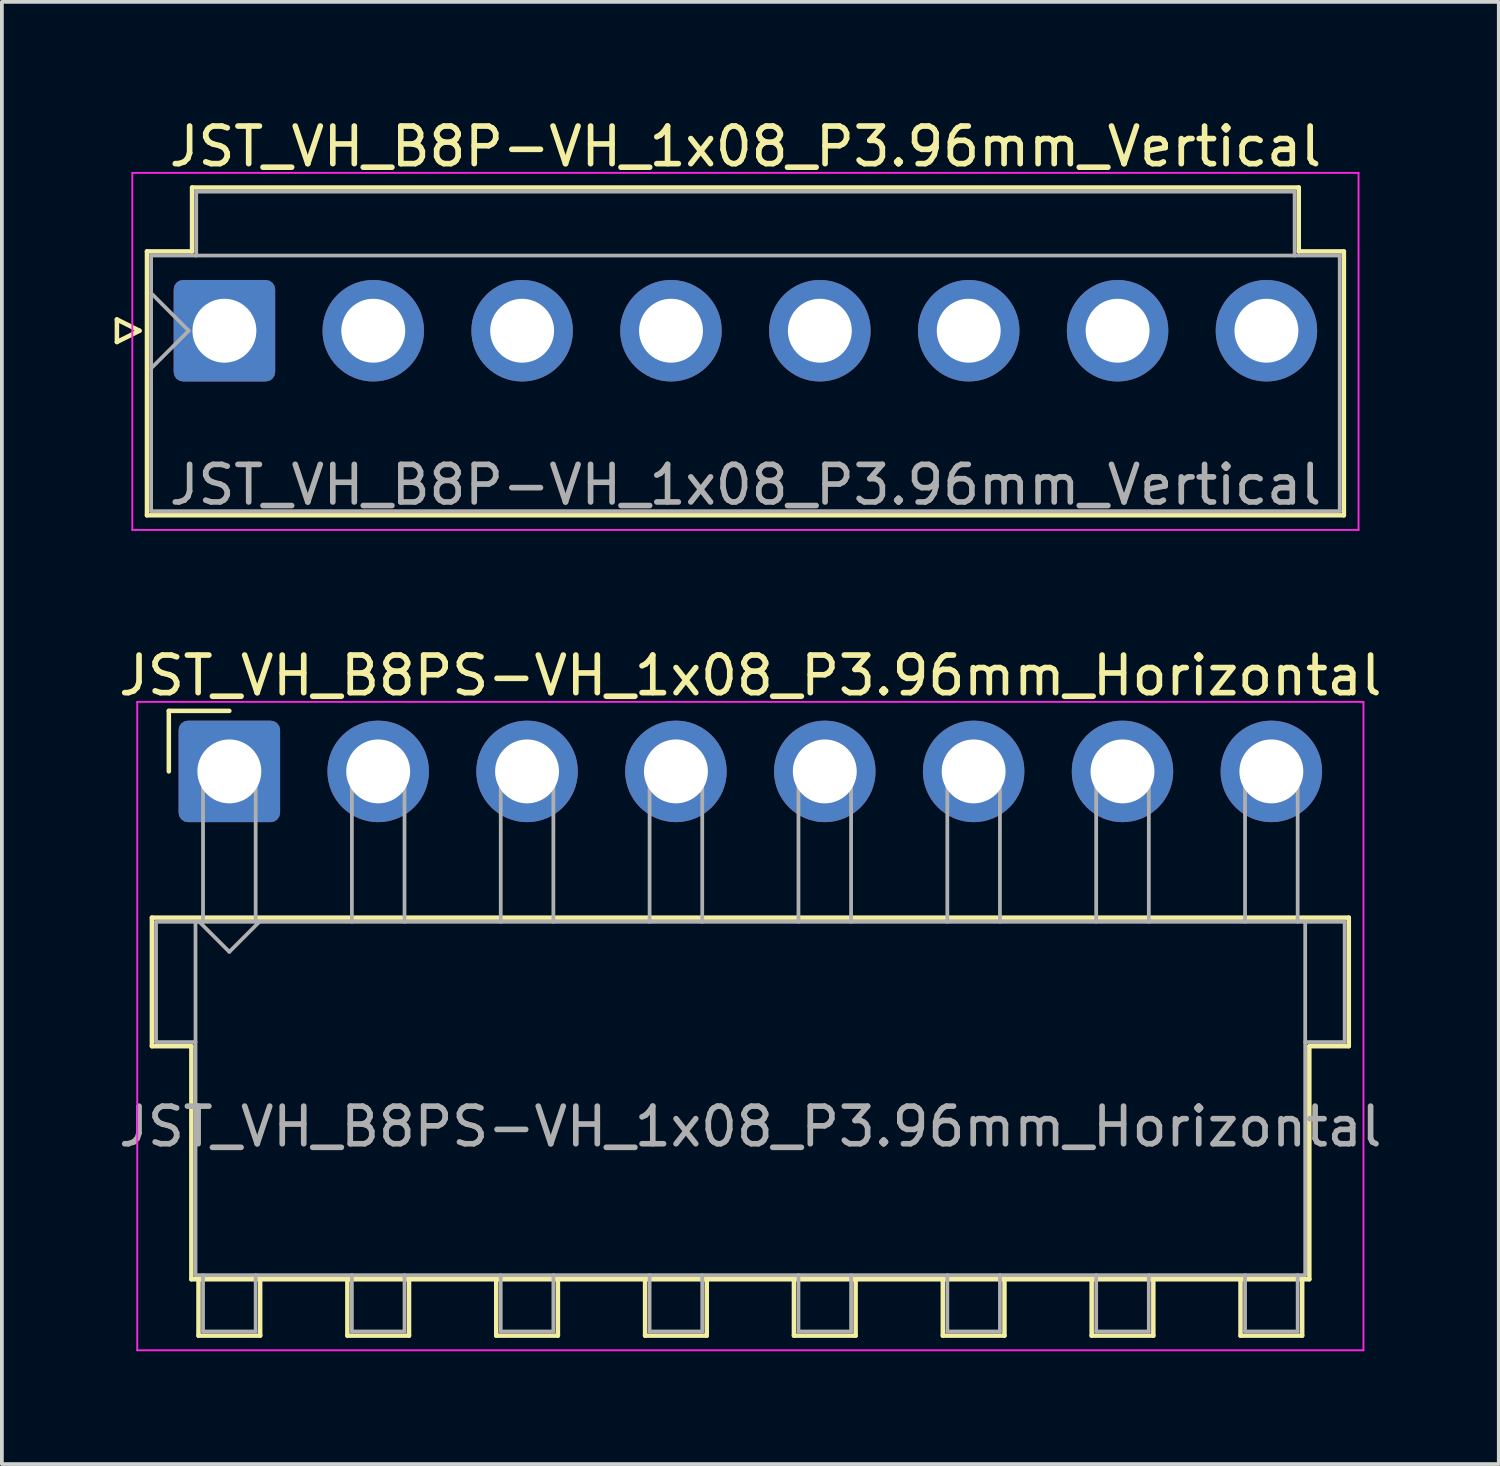
<source format=kicad_pcb>
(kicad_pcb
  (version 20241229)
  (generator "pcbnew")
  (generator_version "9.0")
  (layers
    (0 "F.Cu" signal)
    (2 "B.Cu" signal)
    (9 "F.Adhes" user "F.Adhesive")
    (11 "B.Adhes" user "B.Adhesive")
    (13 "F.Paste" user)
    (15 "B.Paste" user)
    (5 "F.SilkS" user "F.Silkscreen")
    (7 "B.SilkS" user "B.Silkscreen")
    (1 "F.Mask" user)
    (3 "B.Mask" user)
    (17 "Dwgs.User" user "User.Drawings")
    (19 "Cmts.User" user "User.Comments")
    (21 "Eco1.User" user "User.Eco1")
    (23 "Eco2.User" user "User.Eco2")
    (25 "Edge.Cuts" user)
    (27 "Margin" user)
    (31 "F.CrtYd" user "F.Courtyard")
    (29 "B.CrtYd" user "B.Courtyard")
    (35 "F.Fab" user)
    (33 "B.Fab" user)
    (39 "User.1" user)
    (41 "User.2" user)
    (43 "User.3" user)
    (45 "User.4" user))
  (footprint "JST_VH_B8PS-VH_1x08_P3.96mm_Horizontal"
    (layer "F.Cu")
    (at 3.051 17.471)
    (property "Reference" "JST_VH_B8PS-VH_1x08_P3.96mm_Horizontal" (at 13.86 -2.55 0) (layer "F.SilkS") (effects (font (size 1 1) (thickness 0.15))))
    (attr through_hole)
    (fp_line (start -2.06 3.89) (end 29.78 3.89) (stroke (width 0.12) (type solid)) (layer "F.SilkS"))
    (fp_line (start -2.06 7.31) (end -2.06 3.89) (stroke (width 0.12) (type solid)) (layer "F.SilkS"))
    (fp_line (start -1.61 -1.61) (end -1.61 0) (stroke (width 0.12) (type solid)) (layer "F.SilkS"))
    (fp_line (start -1.01 7.31) (end -2.06 7.31) (stroke (width 0.12) (type solid)) (layer "F.SilkS"))
    (fp_line (start -1.01 13.51) (end -1.01 7.31) (stroke (width 0.12) (type solid)) (layer "F.SilkS"))
    (fp_line (start -0.82 13.51) (end -0.82 15.01) (stroke (width 0.12) (type solid)) (layer "F.SilkS"))
    (fp_line (start -0.82 15.01) (end 0.82 15.01) (stroke (width 0.12) (type solid)) (layer "F.SilkS"))
    (fp_line (start 0 -1.61) (end -1.61 -1.61) (stroke (width 0.12) (type solid)) (layer "F.SilkS"))
    (fp_line (start 0.82 15.01) (end 0.82 13.51) (stroke (width 0.12) (type solid)) (layer "F.SilkS"))
    (fp_line (start 3.14 13.51) (end 3.14 15.01) (stroke (width 0.12) (type solid)) (layer "F.SilkS"))
    (fp_line (start 3.14 15.01) (end 4.78 15.01) (stroke (width 0.12) (type solid)) (layer "F.SilkS"))
    (fp_line (start 4.78 15.01) (end 4.78 13.51) (stroke (width 0.12) (type solid)) (layer "F.SilkS"))
    (fp_line (start 7.1 13.51) (end 7.1 15.01) (stroke (width 0.12) (type solid)) (layer "F.SilkS"))
    (fp_line (start 7.1 15.01) (end 8.74 15.01) (stroke (width 0.12) (type solid)) (layer "F.SilkS"))
    (fp_line (start 8.74 15.01) (end 8.74 13.51) (stroke (width 0.12) (type solid)) (layer "F.SilkS"))
    (fp_line (start 11.06 13.51) (end 11.06 15.01) (stroke (width 0.12) (type solid)) (layer "F.SilkS"))
    (fp_line (start 11.06 15.01) (end 12.7 15.01) (stroke (width 0.12) (type solid)) (layer "F.SilkS"))
    (fp_line (start 12.7 15.01) (end 12.7 13.51) (stroke (width 0.12) (type solid)) (layer "F.SilkS"))
    (fp_line (start 15.02 13.51) (end 15.02 15.01) (stroke (width 0.12) (type solid)) (layer "F.SilkS"))
    (fp_line (start 15.02 15.01) (end 16.66 15.01) (stroke (width 0.12) (type solid)) (layer "F.SilkS"))
    (fp_line (start 16.66 15.01) (end 16.66 13.51) (stroke (width 0.12) (type solid)) (layer "F.SilkS"))
    (fp_line (start 18.98 13.51) (end 18.98 15.01) (stroke (width 0.12) (type solid)) (layer "F.SilkS"))
    (fp_line (start 18.98 15.01) (end 20.62 15.01) (stroke (width 0.12) (type solid)) (layer "F.SilkS"))
    (fp_line (start 20.62 15.01) (end 20.62 13.51) (stroke (width 0.12) (type solid)) (layer "F.SilkS"))
    (fp_line (start 22.94 13.51) (end 22.94 15.01) (stroke (width 0.12) (type solid)) (layer "F.SilkS"))
    (fp_line (start 22.94 15.01) (end 24.58 15.01) (stroke (width 0.12) (type solid)) (layer "F.SilkS"))
    (fp_line (start 24.58 15.01) (end 24.58 13.51) (stroke (width 0.12) (type solid)) (layer "F.SilkS"))
    (fp_line (start 26.9 13.51) (end 26.9 15.01) (stroke (width 0.12) (type solid)) (layer "F.SilkS"))
    (fp_line (start 26.9 15.01) (end 28.54 15.01) (stroke (width 0.12) (type solid)) (layer "F.SilkS"))
    (fp_line (start 28.54 15.01) (end 28.54 13.51) (stroke (width 0.12) (type solid)) (layer "F.SilkS"))
    (fp_line (start 28.73 7.31) (end 28.73 13.51) (stroke (width 0.12) (type solid)) (layer "F.SilkS"))
    (fp_line (start 28.73 13.51) (end -1.01 13.51) (stroke (width 0.12) (type solid)) (layer "F.SilkS"))
    (fp_line (start 29.78 3.89) (end 29.78 7.31) (stroke (width 0.12) (type solid)) (layer "F.SilkS"))
    (fp_line (start 29.78 7.31) (end 28.73 7.31) (stroke (width 0.12) (type solid)) (layer "F.SilkS"))
    (fp_line (start -2.45 -1.85) (end -2.45 15.4) (stroke (width 0.05) (type solid)) (layer "F.CrtYd"))
    (fp_line (start -2.45 15.4) (end 30.17 15.4) (stroke (width 0.05) (type solid)) (layer "F.CrtYd"))
    (fp_line (start 30.17 -1.85) (end -2.45 -1.85) (stroke (width 0.05) (type solid)) (layer "F.CrtYd"))
    (fp_line (start 30.17 15.4) (end 30.17 -1.85) (stroke (width 0.05) (type solid)) (layer "F.CrtYd"))
    (fp_line (start -1.95 4) (end -0.9 4) (stroke (width 0.1) (type solid)) (layer "F.Fab"))
    (fp_line (start -1.95 7.2) (end -1.95 4) (stroke (width 0.1) (type solid)) (layer "F.Fab"))
    (fp_line (start -0.9 4) (end -0.9 13.4) (stroke (width 0.1) (type solid)) (layer "F.Fab"))
    (fp_line (start -0.9 7.2) (end -1.95 7.2) (stroke (width 0.1) (type solid)) (layer "F.Fab"))
    (fp_line (start -0.9 13.4) (end 28.62 13.4) (stroke (width 0.1) (type solid)) (layer "F.Fab"))
    (fp_line (start -0.8 4) (end 0 4.8) (stroke (width 0.1) (type solid)) (layer "F.Fab"))
    (fp_line (start -0.7 0) (end 0.7 0) (stroke (width 0.1) (type solid)) (layer "F.Fab"))
    (fp_line (start -0.7 4) (end -0.7 0) (stroke (width 0.1) (type solid)) (layer "F.Fab"))
    (fp_line (start -0.7 13.4) (end -0.7 14.9) (stroke (width 0.1) (type solid)) (layer "F.Fab"))
    (fp_line (start -0.7 14.9) (end 0.7 14.9) (stroke (width 0.1) (type solid)) (layer "F.Fab"))
    (fp_line (start 0 4.8) (end 0.8 4) (stroke (width 0.1) (type solid)) (layer "F.Fab"))
    (fp_line (start 0.7 0) (end 0.7 4) (stroke (width 0.1) (type solid)) (layer "F.Fab"))
    (fp_line (start 0.7 14.9) (end 0.7 13.4) (stroke (width 0.1) (type solid)) (layer "F.Fab"))
    (fp_line (start 3.26 0) (end 4.66 0) (stroke (width 0.1) (type solid)) (layer "F.Fab"))
    (fp_line (start 3.26 4) (end 3.26 0) (stroke (width 0.1) (type solid)) (layer "F.Fab"))
    (fp_line (start 3.26 13.4) (end 3.26 14.9) (stroke (width 0.1) (type solid)) (layer "F.Fab"))
    (fp_line (start 3.26 14.9) (end 4.66 14.9) (stroke (width 0.1) (type solid)) (layer "F.Fab"))
    (fp_line (start 4.66 0) (end 4.66 4) (stroke (width 0.1) (type solid)) (layer "F.Fab"))
    (fp_line (start 4.66 14.9) (end 4.66 13.4) (stroke (width 0.1) (type solid)) (layer "F.Fab"))
    (fp_line (start 7.22 0) (end 8.62 0) (stroke (width 0.1) (type solid)) (layer "F.Fab"))
    (fp_line (start 7.22 4) (end 7.22 0) (stroke (width 0.1) (type solid)) (layer "F.Fab"))
    (fp_line (start 7.22 13.4) (end 7.22 14.9) (stroke (width 0.1) (type solid)) (layer "F.Fab"))
    (fp_line (start 7.22 14.9) (end 8.62 14.9) (stroke (width 0.1) (type solid)) (layer "F.Fab"))
    (fp_line (start 8.62 0) (end 8.62 4) (stroke (width 0.1) (type solid)) (layer "F.Fab"))
    (fp_line (start 8.62 14.9) (end 8.62 13.4) (stroke (width 0.1) (type solid)) (layer "F.Fab"))
    (fp_line (start 11.18 0) (end 12.58 0) (stroke (width 0.1) (type solid)) (layer "F.Fab"))
    (fp_line (start 11.18 4) (end 11.18 0) (stroke (width 0.1) (type solid)) (layer "F.Fab"))
    (fp_line (start 11.18 13.4) (end 11.18 14.9) (stroke (width 0.1) (type solid)) (layer "F.Fab"))
    (fp_line (start 11.18 14.9) (end 12.58 14.9) (stroke (width 0.1) (type solid)) (layer "F.Fab"))
    (fp_line (start 12.58 0) (end 12.58 4) (stroke (width 0.1) (type solid)) (layer "F.Fab"))
    (fp_line (start 12.58 14.9) (end 12.58 13.4) (stroke (width 0.1) (type solid)) (layer "F.Fab"))
    (fp_line (start 15.14 0) (end 16.54 0) (stroke (width 0.1) (type solid)) (layer "F.Fab"))
    (fp_line (start 15.14 4) (end 15.14 0) (stroke (width 0.1) (type solid)) (layer "F.Fab"))
    (fp_line (start 15.14 13.4) (end 15.14 14.9) (stroke (width 0.1) (type solid)) (layer "F.Fab"))
    (fp_line (start 15.14 14.9) (end 16.54 14.9) (stroke (width 0.1) (type solid)) (layer "F.Fab"))
    (fp_line (start 16.54 0) (end 16.54 4) (stroke (width 0.1) (type solid)) (layer "F.Fab"))
    (fp_line (start 16.54 14.9) (end 16.54 13.4) (stroke (width 0.1) (type solid)) (layer "F.Fab"))
    (fp_line (start 19.1 0) (end 20.5 0) (stroke (width 0.1) (type solid)) (layer "F.Fab"))
    (fp_line (start 19.1 4) (end 19.1 0) (stroke (width 0.1) (type solid)) (layer "F.Fab"))
    (fp_line (start 19.1 13.4) (end 19.1 14.9) (stroke (width 0.1) (type solid)) (layer "F.Fab"))
    (fp_line (start 19.1 14.9) (end 20.5 14.9) (stroke (width 0.1) (type solid)) (layer "F.Fab"))
    (fp_line (start 20.5 0) (end 20.5 4) (stroke (width 0.1) (type solid)) (layer "F.Fab"))
    (fp_line (start 20.5 14.9) (end 20.5 13.4) (stroke (width 0.1) (type solid)) (layer "F.Fab"))
    (fp_line (start 23.06 0) (end 24.46 0) (stroke (width 0.1) (type solid)) (layer "F.Fab"))
    (fp_line (start 23.06 4) (end 23.06 0) (stroke (width 0.1) (type solid)) (layer "F.Fab"))
    (fp_line (start 23.06 13.4) (end 23.06 14.9) (stroke (width 0.1) (type solid)) (layer "F.Fab"))
    (fp_line (start 23.06 14.9) (end 24.46 14.9) (stroke (width 0.1) (type solid)) (layer "F.Fab"))
    (fp_line (start 24.46 0) (end 24.46 4) (stroke (width 0.1) (type solid)) (layer "F.Fab"))
    (fp_line (start 24.46 14.9) (end 24.46 13.4) (stroke (width 0.1) (type solid)) (layer "F.Fab"))
    (fp_line (start 27.02 0) (end 28.42 0) (stroke (width 0.1) (type solid)) (layer "F.Fab"))
    (fp_line (start 27.02 4) (end 27.02 0) (stroke (width 0.1) (type solid)) (layer "F.Fab"))
    (fp_line (start 27.02 13.4) (end 27.02 14.9) (stroke (width 0.1) (type solid)) (layer "F.Fab"))
    (fp_line (start 27.02 14.9) (end 28.42 14.9) (stroke (width 0.1) (type solid)) (layer "F.Fab"))
    (fp_line (start 28.42 0) (end 28.42 4) (stroke (width 0.1) (type solid)) (layer "F.Fab"))
    (fp_line (start 28.42 14.9) (end 28.42 13.4) (stroke (width 0.1) (type solid)) (layer "F.Fab"))
    (fp_line (start 28.62 4) (end -0.9 4) (stroke (width 0.1) (type solid)) (layer "F.Fab"))
    (fp_line (start 28.62 4) (end 29.67 4) (stroke (width 0.1) (type solid)) (layer "F.Fab"))
    (fp_line (start 28.62 13.4) (end 28.62 4) (stroke (width 0.1) (type solid)) (layer "F.Fab"))
    (fp_line (start 29.67 4) (end 29.67 7.2) (stroke (width 0.1) (type solid)) (layer "F.Fab"))
    (fp_line (start 29.67 7.2) (end 28.62 7.2) (stroke (width 0.1) (type solid)) (layer "F.Fab"))
    (fp_text user "${REFERENCE}" (at 13.86 9.45 0) (layer "F.Fab") (effects (font (size 1 1) (thickness 0.15))))
    (pad "1" thru_hole roundrect (at 0 0) (size 2.7 2.7) (drill 1.7) (layers "*.Cu" "*.Mask") (roundrect_rratio 0.093))
    (pad "2" thru_hole circle (at 3.96 0) (size 2.7 2.7) (drill 1.7) (layers "*.Cu" "*.Mask"))
    (pad "3" thru_hole circle (at 7.92 0) (size 2.7 2.7) (drill 1.7) (layers "*.Cu" "*.Mask"))
    (pad "4" thru_hole circle (at 11.88 0) (size 2.7 2.7) (drill 1.7) (layers "*.Cu" "*.Mask"))
    (pad "5" thru_hole circle (at 15.84 0) (size 2.7 2.7) (drill 1.7) (layers "*.Cu" "*.Mask"))
    (pad "6" thru_hole circle (at 19.8 0) (size 2.7 2.7) (drill 1.7) (layers "*.Cu" "*.Mask"))
    (pad "7" thru_hole circle (at 23.76 0) (size 2.7 2.7) (drill 1.7) (layers "*.Cu" "*.Mask"))
    (pad "8" thru_hole circle (at 27.72 0) (size 2.7 2.7) (drill 1.7) (layers "*.Cu" "*.Mask")))
  (footprint "JST_VH_B8P-VH_1x08_P3.96mm_Vertical"
    (layer "F.Cu")
    (at 2.92 5.748)
    (property "Reference" "JST_VH_B8P-VH_1x08_P3.96mm_Vertical" (at 13.86 -4.9 0) (layer "F.SilkS") (effects (font (size 1 1) (thickness 0.15))))
    (attr through_hole)
    (fp_line (start -2.86 -0.3) (end -2.26 0) (stroke (width 0.12) (type solid)) (layer "F.SilkS"))
    (fp_line (start -2.86 0.3) (end -2.86 -0.3) (stroke (width 0.12) (type solid)) (layer "F.SilkS"))
    (fp_line (start -2.26 0) (end -2.86 0.3) (stroke (width 0.12) (type solid)) (layer "F.SilkS"))
    (fp_line (start -2.06 -2.11) (end -0.86 -2.11) (stroke (width 0.12) (type solid)) (layer "F.SilkS"))
    (fp_line (start -2.06 4.91) (end -2.06 -2.11) (stroke (width 0.12) (type solid)) (layer "F.SilkS"))
    (fp_line (start -0.86 -3.81) (end 28.58 -3.81) (stroke (width 0.12) (type solid)) (layer "F.SilkS"))
    (fp_line (start -0.86 -2.11) (end -0.86 -3.81) (stroke (width 0.12) (type solid)) (layer "F.SilkS"))
    (fp_line (start 28.58 -3.81) (end 28.58 -2.11) (stroke (width 0.12) (type solid)) (layer "F.SilkS"))
    (fp_line (start 28.58 -2.11) (end 29.78 -2.11) (stroke (width 0.12) (type solid)) (layer "F.SilkS"))
    (fp_line (start 29.78 -2.11) (end 29.78 4.91) (stroke (width 0.12) (type solid)) (layer "F.SilkS"))
    (fp_line (start 29.78 4.91) (end -2.06 4.91) (stroke (width 0.12) (type solid)) (layer "F.SilkS"))
    (fp_line (start -2.45 -4.2) (end -2.45 5.3) (stroke (width 0.05) (type solid)) (layer "F.CrtYd"))
    (fp_line (start -2.45 5.3) (end 30.17 5.3) (stroke (width 0.05) (type solid)) (layer "F.CrtYd"))
    (fp_line (start 30.17 -4.2) (end -2.45 -4.2) (stroke (width 0.05) (type solid)) (layer "F.CrtYd"))
    (fp_line (start 30.17 5.3) (end 30.17 -4.2) (stroke (width 0.05) (type solid)) (layer "F.CrtYd"))
    (fp_line (start -1.95 -2) (end -1.95 4.8) (stroke (width 0.1) (type solid)) (layer "F.Fab"))
    (fp_line (start -1.95 -1) (end -0.95 0) (stroke (width 0.1) (type solid)) (layer "F.Fab"))
    (fp_line (start -1.95 1) (end -0.95 0) (stroke (width 0.1) (type solid)) (layer "F.Fab"))
    (fp_line (start -1.95 4.8) (end 29.67 4.8) (stroke (width 0.1) (type solid)) (layer "F.Fab"))
    (fp_line (start -0.75 -3.7) (end 28.47 -3.7) (stroke (width 0.1) (type solid)) (layer "F.Fab"))
    (fp_line (start -0.75 -2) (end -0.75 -3.7) (stroke (width 0.1) (type solid)) (layer "F.Fab"))
    (fp_line (start 28.47 -3.7) (end 28.47 -2) (stroke (width 0.1) (type solid)) (layer "F.Fab"))
    (fp_line (start 29.67 -2) (end -1.95 -2) (stroke (width 0.1) (type solid)) (layer "F.Fab"))
    (fp_line (start 29.67 4.8) (end 29.67 -2) (stroke (width 0.1) (type solid)) (layer "F.Fab"))
    (fp_text user "${REFERENCE}" (at 13.86 4.1 0) (layer "F.Fab") (effects (font (size 1 1) (thickness 0.15))))
    (pad "1" thru_hole roundrect (at 0 0) (size 2.7 2.7) (drill 1.7) (layers "*.Cu" "*.Mask") (roundrect_rratio 0.093))
    (pad "2" thru_hole circle (at 3.96 0) (size 2.7 2.7) (drill 1.7) (layers "*.Cu" "*.Mask"))
    (pad "3" thru_hole circle (at 7.92 0) (size 2.7 2.7) (drill 1.7) (layers "*.Cu" "*.Mask"))
    (pad "4" thru_hole circle (at 11.88 0) (size 2.7 2.7) (drill 1.7) (layers "*.Cu" "*.Mask"))
    (pad "5" thru_hole circle (at 15.84 0) (size 2.7 2.7) (drill 1.7) (layers "*.Cu" "*.Mask"))
    (pad "6" thru_hole circle (at 19.8 0) (size 2.7 2.7) (drill 1.7) (layers "*.Cu" "*.Mask"))
    (pad "7" thru_hole circle (at 23.76 0) (size 2.7 2.7) (drill 1.7) (layers "*.Cu" "*.Mask"))
    (pad "8" thru_hole circle (at 27.72 0) (size 2.7 2.7) (drill 1.7) (layers "*.Cu" "*.Mask")))
  (gr_rect
    (start -3 -3)
    (end 36.821 35.897)
    (stroke (width 0.1) (type default))
    (fill no)
    (layer "Edge.Cuts")))
</source>
